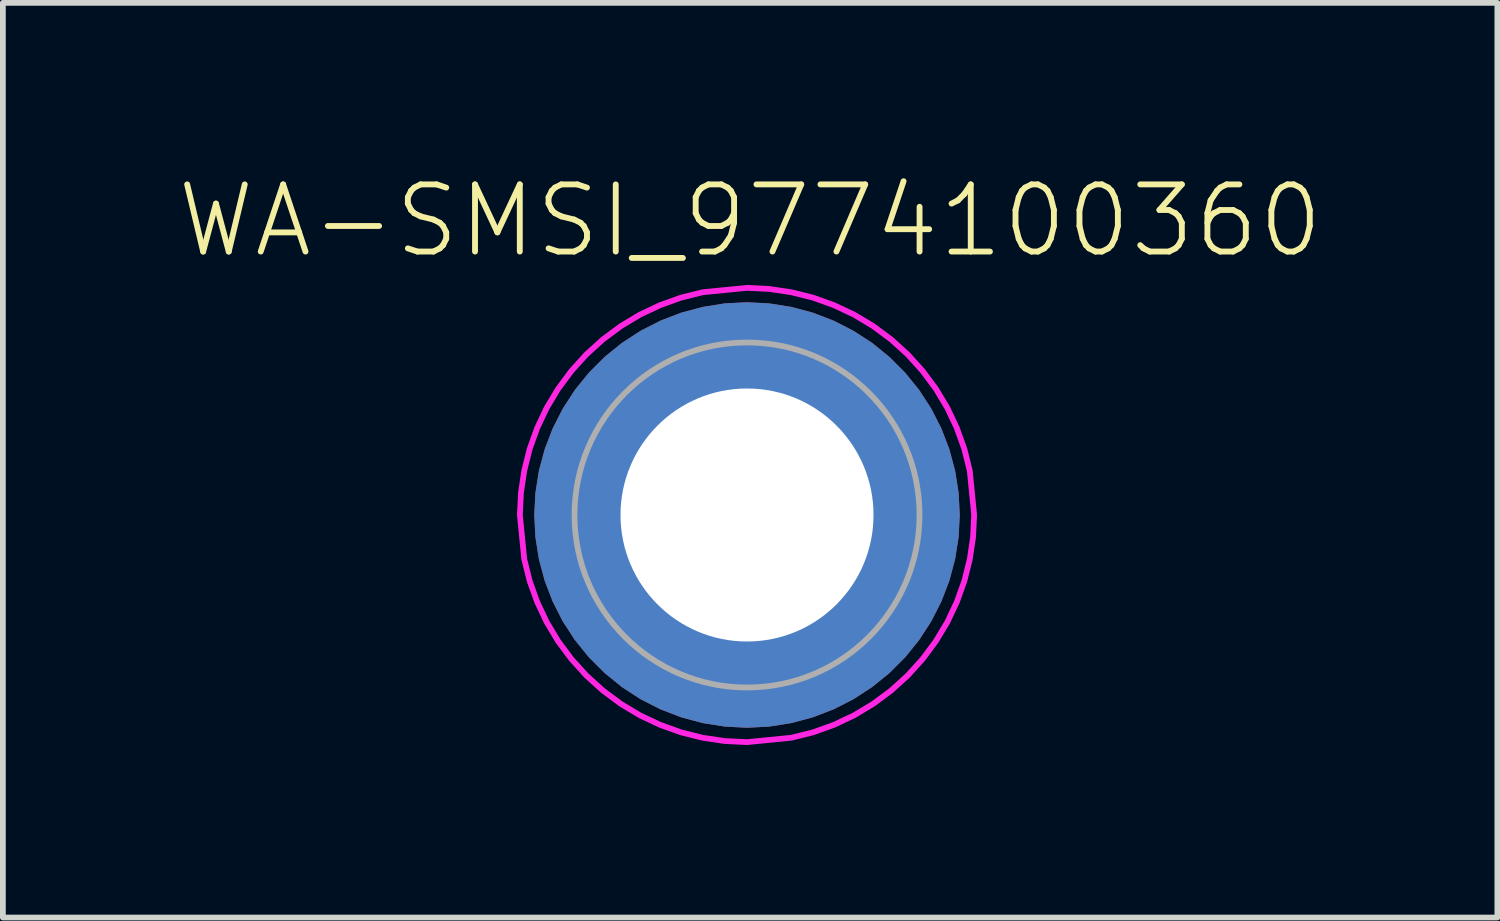
<source format=kicad_pcb>
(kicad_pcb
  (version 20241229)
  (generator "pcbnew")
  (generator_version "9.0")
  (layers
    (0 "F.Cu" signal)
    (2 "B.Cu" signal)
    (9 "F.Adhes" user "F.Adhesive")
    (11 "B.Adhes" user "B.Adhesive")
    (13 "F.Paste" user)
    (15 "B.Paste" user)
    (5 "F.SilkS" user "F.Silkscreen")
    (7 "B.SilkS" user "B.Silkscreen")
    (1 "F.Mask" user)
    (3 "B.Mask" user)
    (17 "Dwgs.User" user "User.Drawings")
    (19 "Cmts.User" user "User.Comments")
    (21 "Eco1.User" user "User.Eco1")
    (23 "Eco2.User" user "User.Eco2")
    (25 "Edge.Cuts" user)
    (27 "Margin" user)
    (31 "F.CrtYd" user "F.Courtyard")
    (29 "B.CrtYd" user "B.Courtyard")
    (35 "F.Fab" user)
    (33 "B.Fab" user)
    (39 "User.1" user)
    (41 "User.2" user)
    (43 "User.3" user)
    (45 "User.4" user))
  (footprint "WA-SMSI_9774100360"
    (layer "F.Cu")
    (at 9.941 5.906)
    (property "Reference" "WA-SMSI_9774100360" (at 0.053 -4.433 0) (layer "F.SilkS") (effects (font (size 1.168 1.168) (thickness 0.102)) (justify bottom)))
    (fp_poly (pts (xy -2.185 0.474) (xy -2.16 0.579) (xy -2.125 0.698) (xy -2.095 0.778) (xy -2.065 0.858) (xy -2.02 0.958) (xy -1.971 1.058) (xy -1.916 1.152) (xy -1.856 1.247) (xy -1.811 1.312) (xy -1.746 1.397) (xy -1.691 1.462) (xy -1.601 1.561) (xy -1.517 1.641) (xy -1.462 1.691) (xy -1.402 1.741) (xy -1.317 1.806) (xy -1.232 1.866) (xy -1.127 1.931) (xy -1.048 1.976) (xy -0.948 2.025) (xy -0.808 2.085) (xy -0.693 2.125) (xy -0.579 2.16) (xy -0.474 2.185) (xy -0.395 2.201) (xy -0.395 3.621) (xy -0.431 3.615) (xy -0.506 3.605) (xy -0.606 3.59) (xy -0.716 3.57) (xy -0.831 3.545) (xy -0.931 3.52) (xy -1.041 3.49) (xy -1.137 3.46) (xy -1.207 3.435) (xy -1.302 3.4) (xy -1.367 3.375) (xy -1.462 3.335) (xy -1.552 3.295) (xy -1.652 3.244) (xy -1.772 3.179) (xy -1.888 3.114) (xy -1.988 3.049) (xy -2.078 2.989) (xy -2.168 2.924) (xy -2.233 2.874) (xy -2.298 2.824) (xy -2.368 2.764) (xy -2.443 2.699) (xy -2.518 2.629) (xy -2.604 2.544) (xy -2.649 2.498) (xy -2.694 2.448) (xy -2.764 2.368) (xy -2.824 2.298) (xy -2.879 2.228) (xy -2.939 2.148) (xy -2.999 2.063) (xy -3.089 1.928) (xy -3.184 1.767) (xy -3.274 1.592) (xy -3.345 1.442) (xy -3.405 1.292) (xy -3.46 1.137) (xy -3.51 0.971) (xy -3.555 0.796) (xy -3.58 0.666) (xy -3.605 0.521) (xy -3.621 0.395) (xy -2.201 0.395)) (stroke (width 0) (type default)) (fill yes) (layer "F.Paste"))
    (fp_poly (pts (xy -0.395 -2.201) (xy -0.474 -2.185) (xy -0.579 -2.16) (xy -0.698 -2.125) (xy -0.778 -2.095) (xy -0.858 -2.065) (xy -0.958 -2.02) (xy -1.058 -1.971) (xy -1.152 -1.916) (xy -1.247 -1.856) (xy -1.312 -1.811) (xy -1.397 -1.746) (xy -1.462 -1.691) (xy -1.561 -1.601) (xy -1.641 -1.517) (xy -1.691 -1.462) (xy -1.741 -1.402) (xy -1.806 -1.317) (xy -1.866 -1.232) (xy -1.931 -1.127) (xy -1.976 -1.048) (xy -2.025 -0.948) (xy -2.085 -0.808) (xy -2.125 -0.693) (xy -2.16 -0.579) (xy -2.185 -0.474) (xy -2.201 -0.395) (xy -3.621 -0.395) (xy -3.615 -0.431) (xy -3.605 -0.506) (xy -3.59 -0.606) (xy -3.57 -0.716) (xy -3.545 -0.831) (xy -3.52 -0.931) (xy -3.49 -1.041) (xy -3.46 -1.137) (xy -3.435 -1.207) (xy -3.4 -1.302) (xy -3.375 -1.367) (xy -3.335 -1.462) (xy -3.295 -1.552) (xy -3.244 -1.652) (xy -3.179 -1.772) (xy -3.114 -1.888) (xy -3.049 -1.988) (xy -2.989 -2.078) (xy -2.924 -2.168) (xy -2.874 -2.233) (xy -2.824 -2.298) (xy -2.764 -2.368) (xy -2.699 -2.443) (xy -2.629 -2.518) (xy -2.544 -2.604) (xy -2.498 -2.649) (xy -2.448 -2.694) (xy -2.368 -2.764) (xy -2.298 -2.824) (xy -2.228 -2.879) (xy -2.148 -2.939) (xy -2.063 -2.999) (xy -1.928 -3.089) (xy -1.767 -3.184) (xy -1.592 -3.274) (xy -1.442 -3.345) (xy -1.292 -3.405) (xy -1.137 -3.46) (xy -0.971 -3.51) (xy -0.796 -3.555) (xy -0.666 -3.58) (xy -0.521 -3.605) (xy -0.395 -3.621)) (stroke (width 0) (type default)) (fill yes) (layer "F.Paste"))
    (fp_poly (pts (xy 0.431 -3.615) (xy 0.506 -3.605) (xy 0.606 -3.59) (xy 0.716 -3.57) (xy 0.831 -3.545) (xy 0.931 -3.52) (xy 1.041 -3.49) (xy 1.137 -3.46) (xy 1.207 -3.435) (xy 1.302 -3.4) (xy 1.367 -3.375) (xy 1.462 -3.335) (xy 1.552 -3.295) (xy 1.652 -3.244) (xy 1.772 -3.179) (xy 1.888 -3.114) (xy 1.988 -3.049) (xy 2.078 -2.989) (xy 2.168 -2.924) (xy 2.233 -2.874) (xy 2.298 -2.824) (xy 2.368 -2.764) (xy 2.443 -2.699) (xy 2.518 -2.629) (xy 2.604 -2.544) (xy 2.649 -2.498) (xy 2.694 -2.448) (xy 2.764 -2.368) (xy 2.824 -2.298) (xy 2.879 -2.228) (xy 2.939 -2.148) (xy 2.999 -2.063) (xy 3.089 -1.928) (xy 3.184 -1.767) (xy 3.274 -1.592) (xy 3.345 -1.442) (xy 3.405 -1.292) (xy 3.46 -1.137) (xy 3.51 -0.971) (xy 3.555 -0.796) (xy 3.58 -0.666) (xy 3.605 -0.521) (xy 3.621 -0.395) (xy 2.201 -0.395) (xy 2.185 -0.474) (xy 2.16 -0.579) (xy 2.125 -0.698) (xy 2.095 -0.778) (xy 2.065 -0.858) (xy 2.02 -0.958) (xy 1.971 -1.058) (xy 1.916 -1.152) (xy 1.856 -1.247) (xy 1.811 -1.312) (xy 1.746 -1.397) (xy 1.691 -1.462) (xy 1.601 -1.561) (xy 1.517 -1.641) (xy 1.462 -1.691) (xy 1.402 -1.741) (xy 1.317 -1.806) (xy 1.232 -1.866) (xy 1.127 -1.931) (xy 1.048 -1.976) (xy 0.948 -2.025) (xy 0.808 -2.085) (xy 0.693 -2.125) (xy 0.579 -2.16) (xy 0.474 -2.185) (xy 0.395 -2.201) (xy 0.395 -3.621)) (stroke (width 0) (type default)) (fill yes) (layer "F.Paste"))
    (fp_poly (pts (xy 3.615 0.431) (xy 3.605 0.506) (xy 3.59 0.606) (xy 3.57 0.716) (xy 3.545 0.831) (xy 3.52 0.931) (xy 3.49 1.041) (xy 3.46 1.137) (xy 3.435 1.207) (xy 3.4 1.302) (xy 3.375 1.367) (xy 3.335 1.462) (xy 3.295 1.552) (xy 3.244 1.652) (xy 3.179 1.772) (xy 3.114 1.888) (xy 3.049 1.988) (xy 2.989 2.078) (xy 2.924 2.168) (xy 2.874 2.233) (xy 2.824 2.298) (xy 2.764 2.368) (xy 2.699 2.443) (xy 2.629 2.518) (xy 2.544 2.604) (xy 2.498 2.649) (xy 2.448 2.694) (xy 2.368 2.764) (xy 2.298 2.824) (xy 2.228 2.879) (xy 2.148 2.939) (xy 2.063 2.999) (xy 1.928 3.089) (xy 1.767 3.184) (xy 1.592 3.274) (xy 1.442 3.345) (xy 1.292 3.405) (xy 1.137 3.46) (xy 0.971 3.51) (xy 0.796 3.555) (xy 0.666 3.58) (xy 0.521 3.605) (xy 0.395 3.621) (xy 0.395 2.201) (xy 0.474 2.185) (xy 0.579 2.16) (xy 0.698 2.125) (xy 0.778 2.095) (xy 0.858 2.065) (xy 0.958 2.02) (xy 1.058 1.971) (xy 1.152 1.916) (xy 1.247 1.856) (xy 1.312 1.811) (xy 1.397 1.746) (xy 1.462 1.691) (xy 1.561 1.601) (xy 1.641 1.517) (xy 1.691 1.462) (xy 1.741 1.402) (xy 1.806 1.317) (xy 1.866 1.232) (xy 1.931 1.127) (xy 1.976 1.048) (xy 2.025 0.948) (xy 2.085 0.808) (xy 2.125 0.693) (xy 2.16 0.579) (xy 2.185 0.474) (xy 2.201 0.395) (xy 3.621 0.395)) (stroke (width 0) (type default)) (fill yes) (layer "F.Paste"))
    (fp_poly (pts (xy 0.387 -3.931) (xy 0.771 -3.874) (xy 1.147 -3.78) (xy 1.512 -3.649) (xy 1.862 -3.484) (xy 2.195 -3.284) (xy 2.506 -3.053) (xy 2.793 -2.793) (xy 3.053 -2.506) (xy 3.284 -2.195) (xy 3.484 -1.862) (xy 3.649 -1.512) (xy 3.78 -1.147) (xy 3.874 -0.769) (xy 3.95 -0.001) (xy 3.931 0.387) (xy 3.874 0.771) (xy 3.78 1.147) (xy 3.649 1.512) (xy 3.484 1.862) (xy 3.284 2.195) (xy 3.053 2.506) (xy 2.793 2.793) (xy 2.506 3.053) (xy 2.195 3.284) (xy 1.862 3.484) (xy 1.512 3.649) (xy 1.147 3.78) (xy 0.769 3.874) (xy 0.001 3.95) (xy -0.387 3.931) (xy -0.771 3.874) (xy -1.147 3.78) (xy -1.512 3.649) (xy -1.862 3.484) (xy -2.195 3.284) (xy -2.506 3.053) (xy -2.793 2.793) (xy -3.053 2.506) (xy -3.284 2.195) (xy -3.484 1.862) (xy -3.649 1.512) (xy -3.78 1.147) (xy -3.874 0.769) (xy -3.95 0.001) (xy -3.931 -0.387) (xy -3.874 -0.771) (xy -3.78 -1.147) (xy -3.649 -1.512) (xy -3.484 -1.862) (xy -3.284 -2.195) (xy -3.053 -2.506) (xy -2.793 -2.793) (xy -2.506 -3.053) (xy -2.195 -3.284) (xy -1.862 -3.484) (xy -1.512 -3.649) (xy -1.147 -3.78) (xy -0.769 -3.874) (xy -0.001 -3.95)) (stroke (width 0.1) (type default)) (fill no) (layer "F.CrtYd"))
    (fp_circle (center 0 0) (end 3 0) (stroke (width 0.1) (type solid)) (fill no) (layer "F.Fab"))
    (pad "1" thru_hole roundrect (at 0 0) (size 7.4 7.4) (drill 4.4) (layers "*.Cu" "*.Mask") (roundrect_rratio 0.5)))
  (gr_rect
    (start -3 -3)
    (end 22.99 12.906)
    (stroke (width 0.1) (type default))
    (fill no)
    (layer "Edge.Cuts")))
</source>
